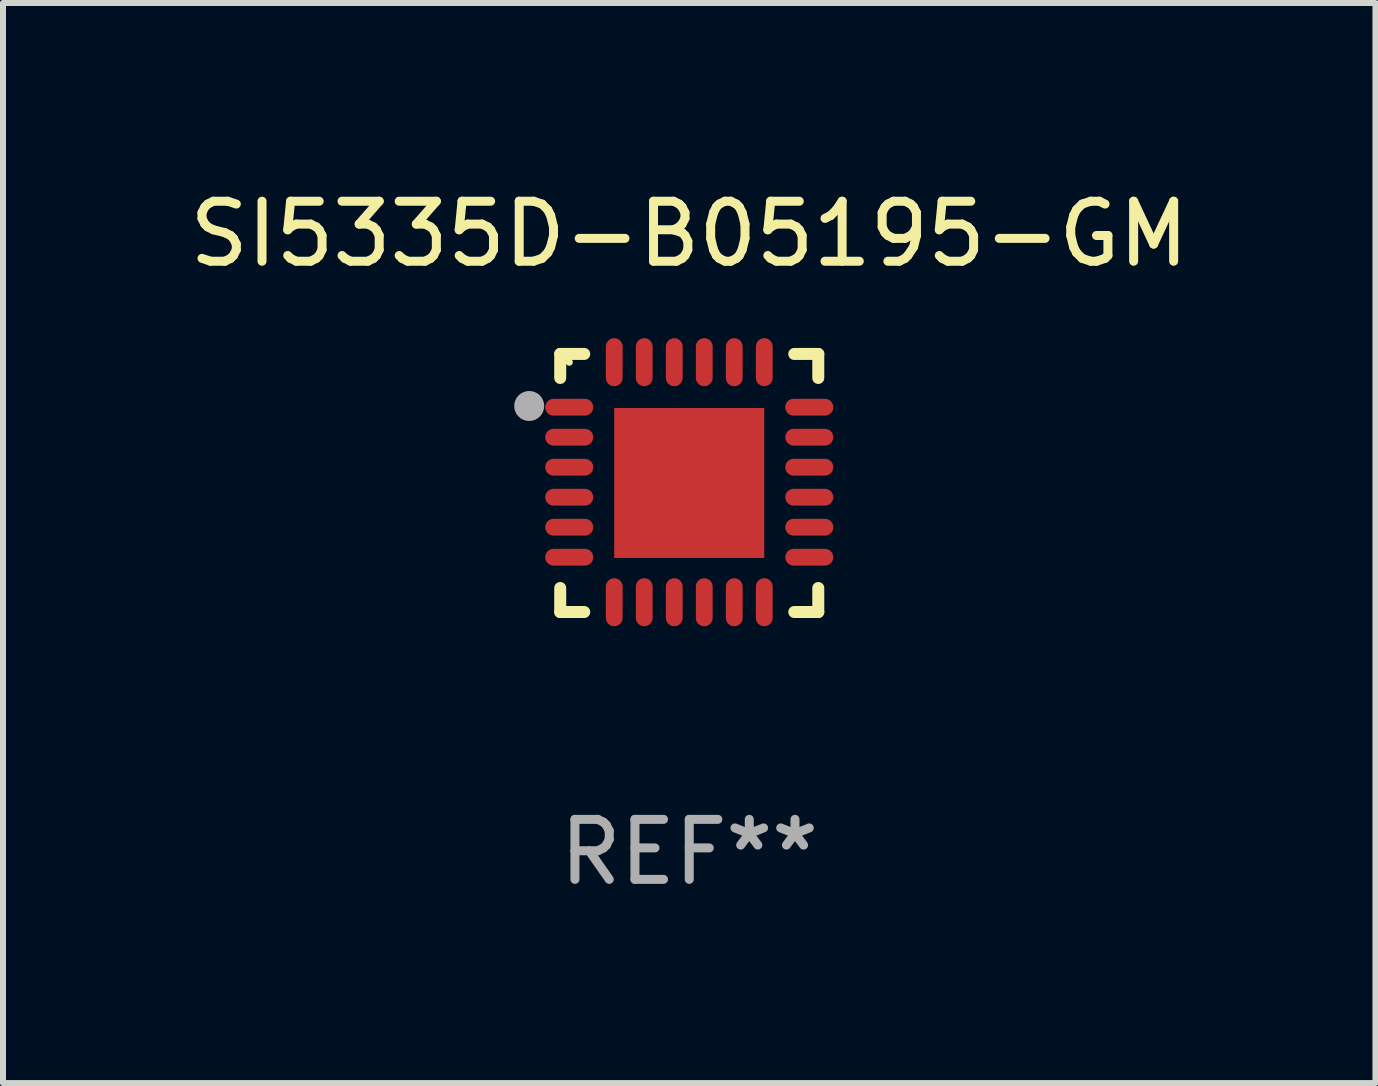
<source format=kicad_pcb>
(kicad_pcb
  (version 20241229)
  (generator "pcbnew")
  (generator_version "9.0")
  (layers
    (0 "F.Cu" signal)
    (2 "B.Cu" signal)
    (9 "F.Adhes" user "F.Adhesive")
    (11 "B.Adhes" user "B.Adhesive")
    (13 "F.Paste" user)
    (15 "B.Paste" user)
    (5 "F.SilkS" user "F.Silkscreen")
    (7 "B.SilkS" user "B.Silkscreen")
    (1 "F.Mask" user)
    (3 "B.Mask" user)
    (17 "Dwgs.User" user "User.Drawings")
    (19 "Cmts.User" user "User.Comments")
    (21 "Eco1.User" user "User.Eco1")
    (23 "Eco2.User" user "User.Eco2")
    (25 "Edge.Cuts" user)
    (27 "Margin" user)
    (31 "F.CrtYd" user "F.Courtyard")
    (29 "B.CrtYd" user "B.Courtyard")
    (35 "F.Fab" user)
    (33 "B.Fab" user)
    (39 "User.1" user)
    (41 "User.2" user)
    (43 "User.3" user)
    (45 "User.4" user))
  (footprint "SI5335D-B05195-GM"
    (layer "F.Cu")
    (at 8.435 4.998)
    (property "Reference" "SI5335D-B05195-GM" (at 0 -4.15 0) (layer "F.SilkS") (effects (font (size 1 1) (thickness 0.15))))
    (attr through_hole)
    (fp_line (start -2.15 -2.15) (end -1.75 -2.15) (stroke (width 0.2) (type solid)) (layer "F.SilkS"))
    (fp_line (start -2.15 -1.75) (end -2.15 -2.15) (stroke (width 0.2) (type solid)) (layer "F.SilkS"))
    (fp_line (start -2.15 2.15) (end -2.15 1.75) (stroke (width 0.2) (type solid)) (layer "F.SilkS"))
    (fp_line (start -1.75 2.15) (end -2.15 2.15) (stroke (width 0.2) (type solid)) (layer "F.SilkS"))
    (fp_line (start 1.75 -2.15) (end 2.15 -2.15) (stroke (width 0.2) (type solid)) (layer "F.SilkS"))
    (fp_line (start 1.75 2.15) (end 2.15 2.15) (stroke (width 0.2) (type solid)) (layer "F.SilkS"))
    (fp_line (start 2.15 -2.15) (end 2.15 -1.75) (stroke (width 0.2) (type solid)) (layer "F.SilkS"))
    (fp_line (start 2.15 2.15) (end 2.15 1.75) (stroke (width 0.2) (type solid)) (layer "F.SilkS"))
    (fp_circle (center -2 -2.013) (end -1.97 -2.013) (stroke (width 0.06) (type solid)) (fill no) (layer "F.SilkS"))
    (fp_circle (center -2.667 -1.283) (end -2.542 -1.283) (stroke (width 0.25) (type solid)) (fill no) (layer "F.Fab"))
    (fp_text user "REF**" (at 0 6.15 0) (layer "F.Fab") (effects (font (size 1 1) (thickness 0.15))))
    (pad "1" smd oval (at -2 -1.263) (size 0.8 0.28) (layers "F.Cu" "F.Mask" "F.Paste"))
    (pad "2" smd oval (at -2 -0.763) (size 0.8 0.28) (layers "F.Cu" "F.Mask" "F.Paste"))
    (pad "3" smd oval (at -2 -0.263) (size 0.8 0.28) (layers "F.Cu" "F.Mask" "F.Paste"))
    (pad "4" smd oval (at -2 0.237) (size 0.8 0.28) (layers "F.Cu" "F.Mask" "F.Paste"))
    (pad "5" smd oval (at -2 0.737) (size 0.8 0.28) (layers "F.Cu" "F.Mask" "F.Paste"))
    (pad "6" smd oval (at -2 1.237) (size 0.8 0.28) (layers "F.Cu" "F.Mask" "F.Paste"))
    (pad "7" smd oval (at -1.25 1.987) (size 0.28 0.8) (layers "F.Cu" "F.Mask" "F.Paste"))
    (pad "8" smd oval (at -0.75 1.987) (size 0.28 0.8) (layers "F.Cu" "F.Mask" "F.Paste"))
    (pad "9" smd oval (at -0.25 1.987) (size 0.28 0.8) (layers "F.Cu" "F.Mask" "F.Paste"))
    (pad "10" smd oval (at 0.25 1.987) (size 0.28 0.8) (layers "F.Cu" "F.Mask" "F.Paste"))
    (pad "11" smd oval (at 0.75 1.987) (size 0.28 0.8) (layers "F.Cu" "F.Mask" "F.Paste"))
    (pad "12" smd oval (at 1.25 1.987) (size 0.28 0.8) (layers "F.Cu" "F.Mask" "F.Paste"))
    (pad "13" smd oval (at 2 1.237) (size 0.8 0.28) (layers "F.Cu" "F.Mask" "F.Paste"))
    (pad "14" smd oval (at 2 0.737) (size 0.8 0.28) (layers "F.Cu" "F.Mask" "F.Paste"))
    (pad "15" smd oval (at 2 0.237) (size 0.8 0.28) (layers "F.Cu" "F.Mask" "F.Paste"))
    (pad "16" smd oval (at 2 -0.263) (size 0.8 0.28) (layers "F.Cu" "F.Mask" "F.Paste"))
    (pad "17" smd oval (at 2 -0.763) (size 0.8 0.28) (layers "F.Cu" "F.Mask" "F.Paste"))
    (pad "18" smd oval (at 2 -1.263) (size 0.8 0.28) (layers "F.Cu" "F.Mask" "F.Paste"))
    (pad "19" smd oval (at 1.25 -2.013) (size 0.28 0.8) (layers "F.Cu" "F.Mask" "F.Paste"))
    (pad "20" smd oval (at 0.75 -2.013) (size 0.28 0.8) (layers "F.Cu" "F.Mask" "F.Paste"))
    (pad "21" smd oval (at 0.25 -2.013) (size 0.28 0.8) (layers "F.Cu" "F.Mask" "F.Paste"))
    (pad "22" smd oval (at -0.25 -2.013) (size 0.28 0.8) (layers "F.Cu" "F.Mask" "F.Paste"))
    (pad "23" smd oval (at -0.75 -2.013) (size 0.28 0.8) (layers "F.Cu" "F.Mask" "F.Paste"))
    (pad "24" smd oval (at -1.25 -2.013) (size 0.28 0.8) (layers "F.Cu" "F.Mask" "F.Paste"))
    (pad "25" smd rect (at -0.000127 -0.00014) (size 2.5 2.5) (layers "F.Cu" "F.Mask" "F.Paste")))
  (gr_rect
    (start -3 -3)
    (end 19.869 14.997)
    (stroke (width 0.1) (type default))
    (fill no)
    (layer "Edge.Cuts")))
</source>
